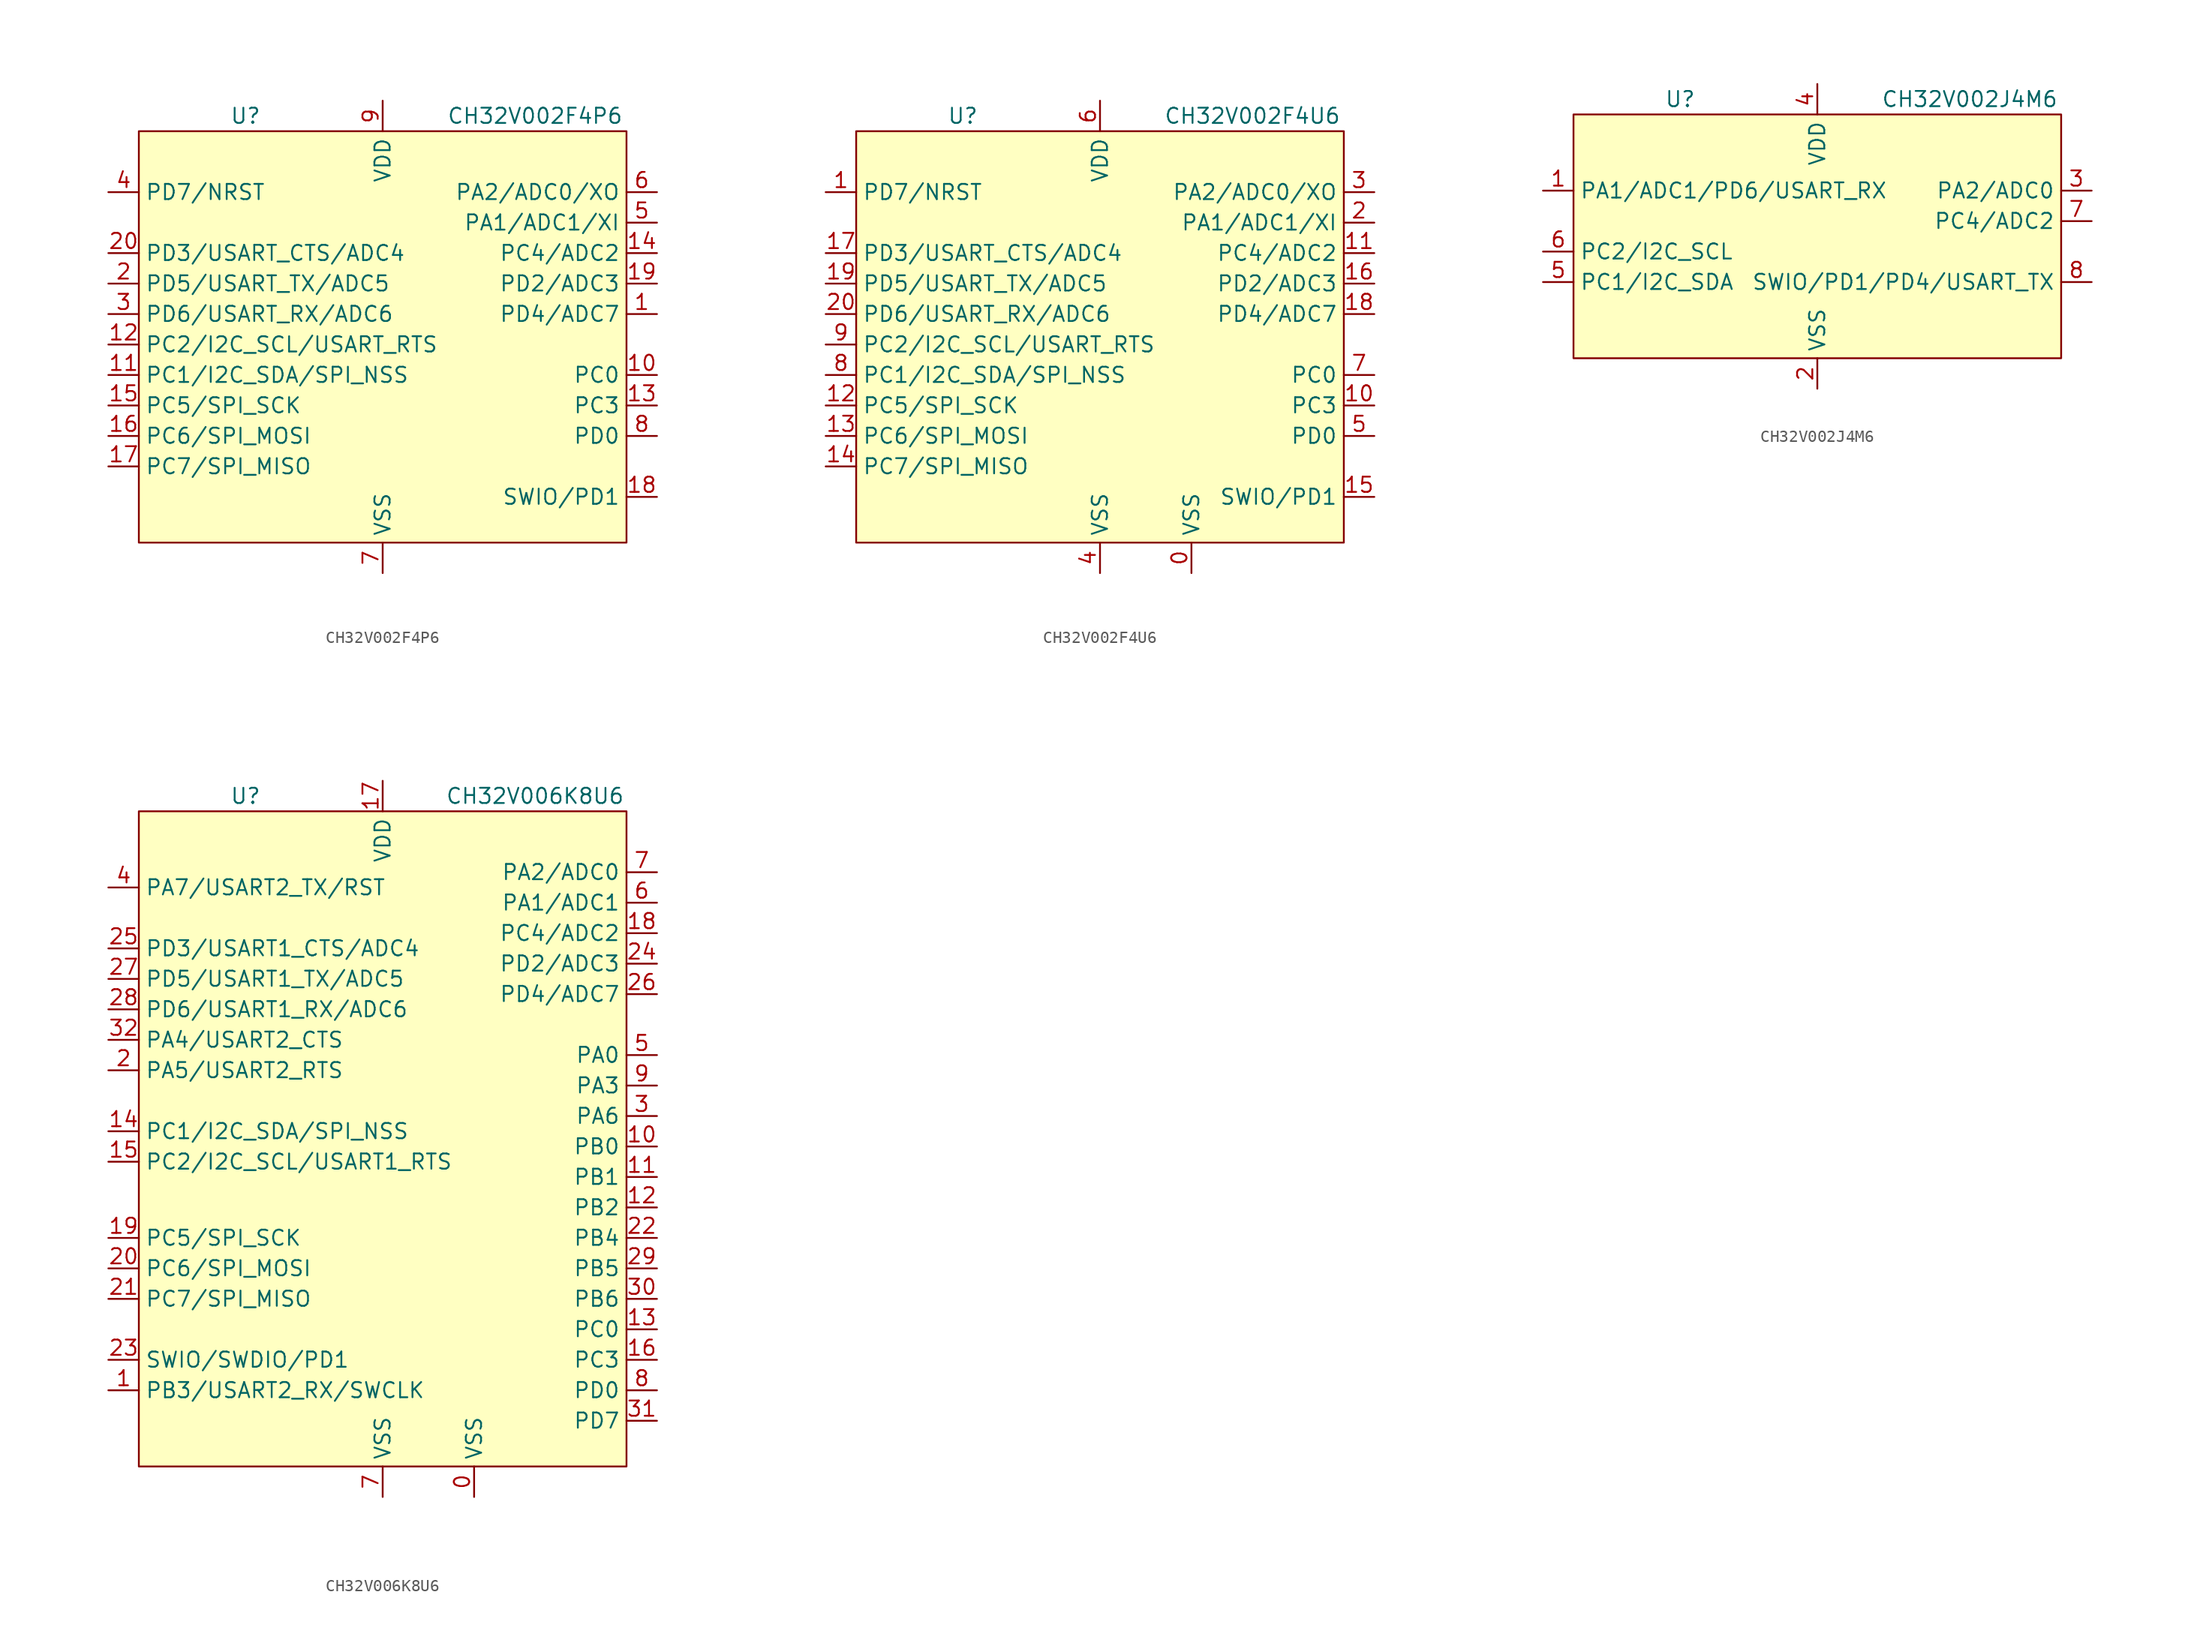
<source format=kicad_sym>
(kicad_symbol_lib
  (version 20241209)
  (generator "kicad_symbol_editor")
  (generator_version "9.0")
  (symbol "CH32V002F4P6"
    (property "Reference" "U"
      (at -11.43 25.4 0)
      (effects (font (size 1.27 1.27))))
    (property "Value" "CH32V002F4P6"
      (at 12.7 25.4 0)
      (effects (font (size 1.27 1.27))))
    (symbol "CH32V002F4P6_0_1"
      (rectangle (start -20.32 24.13) (end 20.32 -10.16) (stroke (width 0.152) (type default)) (fill (type background))))
    (symbol "CH32V002F4P6_1_1"
      (pin bidirectional line (at -22.86 19.05 0) (length 2.54) (name "PD7/NRST" (effects (font (size 1.27 1.27)))) (number "4" (effects (font (size 1.27 1.27)))))
      (pin bidirectional line (at -22.86 13.97 0) (length 2.54) (name "PD3/USART_CTS/ADC4" (effects (font (size 1.27 1.27)))) (number "20" (effects (font (size 1.27 1.27)))))
      (pin bidirectional line (at -22.86 11.43 0) (length 2.54) (name "PD5/USART_TX/ADC5" (effects (font (size 1.27 1.27)))) (number "2" (effects (font (size 1.27 1.27)))))
      (pin bidirectional line (at -22.86 8.89 0) (length 2.54) (name "PD6/USART_RX/ADC6" (effects (font (size 1.27 1.27)))) (number "3" (effects (font (size 1.27 1.27)))))
      (pin bidirectional line (at -22.86 6.35 0) (length 2.54) (name "PC2/I2C_SCL/USART_RTS" (effects (font (size 1.27 1.27)))) (number "12" (effects (font (size 1.27 1.27)))))
      (pin bidirectional line (at -22.86 3.81 0) (length 2.54) (name "PC1/I2C_SDA/SPI_NSS" (effects (font (size 1.27 1.27)))) (number "11" (effects (font (size 1.27 1.27)))))
      (pin bidirectional line (at -22.86 1.27 0) (length 2.54) (name "PC5/SPI_SCK" (effects (font (size 1.27 1.27)))) (number "15" (effects (font (size 1.27 1.27)))))
      (pin bidirectional line (at -22.86 -1.27 0) (length 2.54) (name "PC6/SPI_MOSI" (effects (font (size 1.27 1.27)))) (number "16" (effects (font (size 1.27 1.27)))))
      (pin bidirectional line (at -22.86 -3.81 0) (length 2.54) (name "PC7/SPI_MISO" (effects (font (size 1.27 1.27)))) (number "17" (effects (font (size 1.27 1.27)))))
      (pin power_in line (at 0 26.67 270) (length 2.54) (name "VDD" (effects (font (size 1.27 1.27)))) (number "9" (effects (font (size 1.27 1.27)))))
      (pin power_in line (at 0 -12.7 90) (length 2.54) (name "VSS" (effects (font (size 1.27 1.27)))) (number "7" (effects (font (size 1.27 1.27)))))
      (pin bidirectional line (at 22.86 19.05 180) (length 2.54) (name "PA2/ADC0/XO" (effects (font (size 1.27 1.27)))) (number "6" (effects (font (size 1.27 1.27)))))
      (pin bidirectional line (at 22.86 16.51 180) (length 2.54) (name "PA1/ADC1/XI" (effects (font (size 1.27 1.27)))) (number "5" (effects (font (size 1.27 1.27)))))
      (pin bidirectional line (at 22.86 13.97 180) (length 2.54) (name "PC4/ADC2" (effects (font (size 1.27 1.27)))) (number "14" (effects (font (size 1.27 1.27)))))
      (pin bidirectional line (at 22.86 11.43 180) (length 2.54) (name "PD2/ADC3" (effects (font (size 1.27 1.27)))) (number "19" (effects (font (size 1.27 1.27)))))
      (pin bidirectional line (at 22.86 8.89 180) (length 2.54) (name "PD4/ADC7" (effects (font (size 1.27 1.27)))) (number "1" (effects (font (size 1.27 1.27)))))
      (pin bidirectional line (at 22.86 3.81 180) (length 2.54) (name "PC0" (effects (font (size 1.27 1.27)))) (number "10" (effects (font (size 1.27 1.27)))))
      (pin bidirectional line (at 22.86 1.27 180) (length 2.54) (name "PC3" (effects (font (size 1.27 1.27)))) (number "13" (effects (font (size 1.27 1.27)))))
      (pin bidirectional line (at 22.86 -1.27 180) (length 2.54) (name "PD0" (effects (font (size 1.27 1.27)))) (number "8" (effects (font (size 1.27 1.27)))))
      (pin bidirectional line (at 22.86 -6.35 180) (length 2.54) (name "SWIO/PD1" (effects (font (size 1.27 1.27)))) (number "18" (effects (font (size 1.27 1.27)))))))
  (symbol "CH32V002F4U6"
    (property "Reference" "U"
      (at -11.43 25.4 0)
      (effects (font (size 1.27 1.27))))
    (property "Value" "CH32V002F4U6"
      (at 12.7 25.4 0)
      (effects (font (size 1.27 1.27))))
    (symbol "CH32V002F4U6_0_1"
      (rectangle (start -20.32 24.13) (end 20.32 -10.16) (stroke (width 0.152) (type default)) (fill (type background))))
    (symbol "CH32V002F4U6_1_1"
      (pin bidirectional line (at -22.86 19.05 0) (length 2.54) (name "PD7/NRST" (effects (font (size 1.27 1.27)))) (number "1" (effects (font (size 1.27 1.27)))))
      (pin bidirectional line (at -22.86 13.97 0) (length 2.54) (name "PD3/USART_CTS/ADC4" (effects (font (size 1.27 1.27)))) (number "17" (effects (font (size 1.27 1.27)))))
      (pin bidirectional line (at -22.86 11.43 0) (length 2.54) (name "PD5/USART_TX/ADC5" (effects (font (size 1.27 1.27)))) (number "19" (effects (font (size 1.27 1.27)))))
      (pin bidirectional line (at -22.86 8.89 0) (length 2.54) (name "PD6/USART_RX/ADC6" (effects (font (size 1.27 1.27)))) (number "20" (effects (font (size 1.27 1.27)))))
      (pin bidirectional line (at -22.86 6.35 0) (length 2.54) (name "PC2/I2C_SCL/USART_RTS" (effects (font (size 1.27 1.27)))) (number "9" (effects (font (size 1.27 1.27)))))
      (pin bidirectional line (at -22.86 3.81 0) (length 2.54) (name "PC1/I2C_SDA/SPI_NSS" (effects (font (size 1.27 1.27)))) (number "8" (effects (font (size 1.27 1.27)))))
      (pin bidirectional line (at -22.86 1.27 0) (length 2.54) (name "PC5/SPI_SCK" (effects (font (size 1.27 1.27)))) (number "12" (effects (font (size 1.27 1.27)))))
      (pin bidirectional line (at -22.86 -1.27 0) (length 2.54) (name "PC6/SPI_MOSI" (effects (font (size 1.27 1.27)))) (number "13" (effects (font (size 1.27 1.27)))))
      (pin bidirectional line (at -22.86 -3.81 0) (length 2.54) (name "PC7/SPI_MISO" (effects (font (size 1.27 1.27)))) (number "14" (effects (font (size 1.27 1.27)))))
      (pin power_in line (at 0 26.67 270) (length 2.54) (name "VDD" (effects (font (size 1.27 1.27)))) (number "6" (effects (font (size 1.27 1.27)))))
      (pin power_in line (at 0 -12.7 90) (length 2.54) (name "VSS" (effects (font (size 1.27 1.27)))) (number "4" (effects (font (size 1.27 1.27)))))
      (pin power_in line (at 7.62 -12.7 90) (length 2.54) (name "VSS" (effects (font (size 1.27 1.27)))) (number "0" (effects (font (size 1.27 1.27)))))
      (pin bidirectional line (at 22.86 19.05 180) (length 2.54) (name "PA2/ADC0/XO" (effects (font (size 1.27 1.27)))) (number "3" (effects (font (size 1.27 1.27)))))
      (pin bidirectional line (at 22.86 16.51 180) (length 2.54) (name "PA1/ADC1/XI" (effects (font (size 1.27 1.27)))) (number "2" (effects (font (size 1.27 1.27)))))
      (pin bidirectional line (at 22.86 13.97 180) (length 2.54) (name "PC4/ADC2" (effects (font (size 1.27 1.27)))) (number "11" (effects (font (size 1.27 1.27)))))
      (pin bidirectional line (at 22.86 11.43 180) (length 2.54) (name "PD2/ADC3" (effects (font (size 1.27 1.27)))) (number "16" (effects (font (size 1.27 1.27)))))
      (pin bidirectional line (at 22.86 8.89 180) (length 2.54) (name "PD4/ADC7" (effects (font (size 1.27 1.27)))) (number "18" (effects (font (size 1.27 1.27)))))
      (pin bidirectional line (at 22.86 3.81 180) (length 2.54) (name "PC0" (effects (font (size 1.27 1.27)))) (number "7" (effects (font (size 1.27 1.27)))))
      (pin bidirectional line (at 22.86 1.27 180) (length 2.54) (name "PC3" (effects (font (size 1.27 1.27)))) (number "10" (effects (font (size 1.27 1.27)))))
      (pin bidirectional line (at 22.86 -1.27 180) (length 2.54) (name "PD0" (effects (font (size 1.27 1.27)))) (number "5" (effects (font (size 1.27 1.27)))))
      (pin bidirectional line (at 22.86 -6.35 180) (length 2.54) (name "SWIO/PD1" (effects (font (size 1.27 1.27)))) (number "15" (effects (font (size 1.27 1.27)))))))
  (symbol "CH32V002J4M6"
    (property "Reference" "U"
      (at -11.43 25.4 0)
      (effects (font (size 1.27 1.27))))
    (property "Value" "CH32V002J4M6"
      (at 12.7 25.4 0)
      (effects (font (size 1.27 1.27))))
    (symbol "CH32V002J4M6_0_1"
      (rectangle (start -20.32 24.13) (end 20.32 3.81) (stroke (width 0.152) (type default)) (fill (type background))))
    (symbol "CH32V002J4M6_1_1"
      (pin bidirectional line (at -22.86 17.78 0) (length 2.54) (name "PA1/ADC1/PD6/USART_RX" (effects (font (size 1.27 1.27)))) (number "1" (effects (font (size 1.27 1.27)))))
      (pin bidirectional line (at -22.86 12.7 0) (length 2.54) (name "PC2/I2C_SCL" (effects (font (size 1.27 1.27)))) (number "6" (effects (font (size 1.27 1.27)))))
      (pin bidirectional line (at -22.86 10.16 0) (length 2.54) (name "PC1/I2C_SDA" (effects (font (size 1.27 1.27)))) (number "5" (effects (font (size 1.27 1.27)))))
      (pin power_in line (at 0 26.67 270) (length 2.54) (name "VDD" (effects (font (size 1.27 1.27)))) (number "4" (effects (font (size 1.27 1.27)))))
      (pin power_in line (at 0 1.27 90) (length 2.54) (name "VSS" (effects (font (size 1.27 1.27)))) (number "2" (effects (font (size 1.27 1.27)))))
      (pin bidirectional line (at 22.86 17.78 180) (length 2.54) (name "PA2/ADC0" (effects (font (size 1.27 1.27)))) (number "3" (effects (font (size 1.27 1.27)))))
      (pin bidirectional line (at 22.86 15.24 180) (length 2.54) (name "PC4/ADC2" (effects (font (size 1.27 1.27)))) (number "7" (effects (font (size 1.27 1.27)))))
      (pin bidirectional line (at 22.86 10.16 180) (length 2.54) (name "SWIO/PD1/PD4/USART_TX" (effects (font (size 1.27 1.27)))) (number "8" (effects (font (size 1.27 1.27)))))))
  (symbol "CH32V006K8U6"
    (property "Reference" "U"
      (at -11.43 25.4 0)
      (effects (font (size 1.27 1.27))))
    (property "Value" "CH32V006K8U6"
      (at 12.7 25.4 0)
      (effects (font (size 1.27 1.27))))
    (symbol "CH32V006K8U6_0_1"
      (rectangle (start -20.32 24.13) (end 20.32 -30.48) (stroke (width 0.152) (type default)) (fill (type background))))
    (symbol "CH32V006K8U6_1_1"
      (pin bidirectional line (at -22.86 17.78 0) (length 2.54) (name "PA7/USART2_TX/RST" (effects (font (size 1.27 1.27)))) (number "4" (effects (font (size 1.27 1.27)))))
      (pin bidirectional line (at -22.86 12.7 0) (length 2.54) (name "PD3/USART1_CTS/ADC4" (effects (font (size 1.27 1.27)))) (number "25" (effects (font (size 1.27 1.27)))))
      (pin bidirectional line (at -22.86 10.16 0) (length 2.54) (name "PD5/USART1_TX/ADC5" (effects (font (size 1.27 1.27)))) (number "27" (effects (font (size 1.27 1.27)))))
      (pin bidirectional line (at -22.86 7.62 0) (length 2.54) (name "PD6/USART1_RX/ADC6" (effects (font (size 1.27 1.27)))) (number "28" (effects (font (size 1.27 1.27)))))
      (pin bidirectional line (at -22.86 5.08 0) (length 2.54) (name "PA4/USART2_CTS" (effects (font (size 1.27 1.27)))) (number "32" (effects (font (size 1.27 1.27)))))
      (pin bidirectional line (at -22.86 2.54 0) (length 2.54) (name "PA5/USART2_RTS" (effects (font (size 1.27 1.27)))) (number "2" (effects (font (size 1.27 1.27)))))
      (pin bidirectional line (at -22.86 -2.54 0) (length 2.54) (name "PC1/I2C_SDA/SPI_NSS" (effects (font (size 1.27 1.27)))) (number "14" (effects (font (size 1.27 1.27)))))
      (pin bidirectional line (at -22.86 -5.08 0) (length 2.54) (name "PC2/I2C_SCL/USART1_RTS" (effects (font (size 1.27 1.27)))) (number "15" (effects (font (size 1.27 1.27)))))
      (pin bidirectional line (at -22.86 -11.43 0) (length 2.54) (name "PC5/SPI_SCK" (effects (font (size 1.27 1.27)))) (number "19" (effects (font (size 1.27 1.27)))))
      (pin bidirectional line (at -22.86 -13.97 0) (length 2.54) (name "PC6/SPI_MOSI" (effects (font (size 1.27 1.27)))) (number "20" (effects (font (size 1.27 1.27)))))
      (pin bidirectional line (at -22.86 -16.51 0) (length 2.54) (name "PC7/SPI_MISO" (effects (font (size 1.27 1.27)))) (number "21" (effects (font (size 1.27 1.27)))))
      (pin bidirectional line (at -22.86 -21.59 0) (length 2.54) (name "SWIO/SWDIO/PD1" (effects (font (size 1.27 1.27)))) (number "23" (effects (font (size 1.27 1.27)))))
      (pin bidirectional line (at -22.86 -24.13 0) (length 2.54) (name "PB3/USART2_RX/SWCLK" (effects (font (size 1.27 1.27)))) (number "1" (effects (font (size 1.27 1.27)))))
      (pin power_in line (at 0 26.67 270) (length 2.54) (name "VDD" (effects (font (size 1.27 1.27)))) (number "17" (effects (font (size 1.27 1.27)))))
      (pin power_in line (at 0 -33.02 90) (length 2.54) (name "VSS" (effects (font (size 1.27 1.27)))) (number "7" (effects (font (size 1.27 1.27)))))
      (pin power_in line (at 7.62 -33.02 90) (length 2.54) (name "VSS" (effects (font (size 1.27 1.27)))) (number "0" (effects (font (size 1.27 1.27)))))
      (pin bidirectional line (at 22.86 19.05 180) (length 2.54) (name "PA2/ADC0" (effects (font (size 1.27 1.27)))) (number "7" (effects (font (size 1.27 1.27)))))
      (pin bidirectional line (at 22.86 16.51 180) (length 2.54) (name "PA1/ADC1" (effects (font (size 1.27 1.27)))) (number "6" (effects (font (size 1.27 1.27)))))
      (pin bidirectional line (at 22.86 13.97 180) (length 2.54) (name "PC4/ADC2" (effects (font (size 1.27 1.27)))) (number "18" (effects (font (size 1.27 1.27)))))
      (pin bidirectional line (at 22.86 11.43 180) (length 2.54) (name "PD2/ADC3" (effects (font (size 1.27 1.27)))) (number "24" (effects (font (size 1.27 1.27)))))
      (pin bidirectional line (at 22.86 8.89 180) (length 2.54) (name "PD4/ADC7" (effects (font (size 1.27 1.27)))) (number "26" (effects (font (size 1.27 1.27)))))
      (pin bidirectional line (at 22.86 3.81 180) (length 2.54) (name "PA0" (effects (font (size 1.27 1.27)))) (number "5" (effects (font (size 1.27 1.27)))))
      (pin bidirectional line (at 22.86 1.27 180) (length 2.54) (name "PA3" (effects (font (size 1.27 1.27)))) (number "9" (effects (font (size 1.27 1.27)))))
      (pin bidirectional line (at 22.86 -1.27 180) (length 2.54) (name "PA6" (effects (font (size 1.27 1.27)))) (number "3" (effects (font (size 1.27 1.27)))))
      (pin bidirectional line (at 22.86 -3.81 180) (length 2.54) (name "PB0" (effects (font (size 1.27 1.27)))) (number "10" (effects (font (size 1.27 1.27)))))
      (pin bidirectional line (at 22.86 -6.35 180) (length 2.54) (name "PB1" (effects (font (size 1.27 1.27)))) (number "11" (effects (font (size 1.27 1.27)))))
      (pin bidirectional line (at 22.86 -8.89 180) (length 2.54) (name "PB2" (effects (font (size 1.27 1.27)))) (number "12" (effects (font (size 1.27 1.27)))))
      (pin bidirectional line (at 22.86 -11.43 180) (length 2.54) (name "PB4" (effects (font (size 1.27 1.27)))) (number "22" (effects (font (size 1.27 1.27)))))
      (pin bidirectional line (at 22.86 -13.97 180) (length 2.54) (name "PB5" (effects (font (size 1.27 1.27)))) (number "29" (effects (font (size 1.27 1.27)))))
      (pin bidirectional line (at 22.86 -16.51 180) (length 2.54) (name "PB6" (effects (font (size 1.27 1.27)))) (number "30" (effects (font (size 1.27 1.27)))))
      (pin bidirectional line (at 22.86 -19.05 180) (length 2.54) (name "PC0" (effects (font (size 1.27 1.27)))) (number "13" (effects (font (size 1.27 1.27)))))
      (pin bidirectional line (at 22.86 -21.59 180) (length 2.54) (name "PC3" (effects (font (size 1.27 1.27)))) (number "16" (effects (font (size 1.27 1.27)))))
      (pin bidirectional line (at 22.86 -24.13 180) (length 2.54) (name "PD0" (effects (font (size 1.27 1.27)))) (number "8" (effects (font (size 1.27 1.27)))))
      (pin bidirectional line (at 22.86 -26.67 180) (length 2.54) (name "PD7" (effects (font (size 1.27 1.27)))) (number "31" (effects (font (size 1.27 1.27))))))))
</source>
